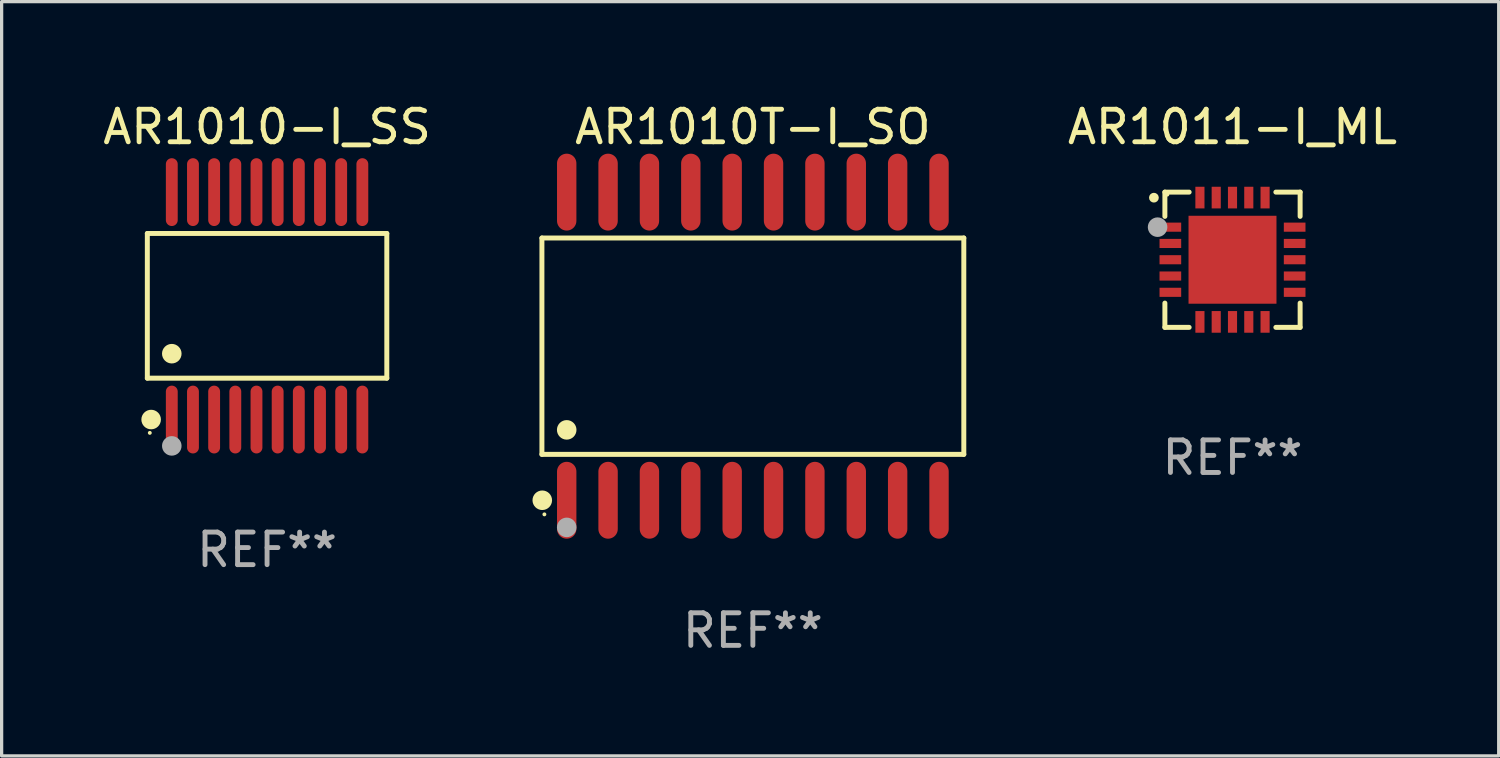
<source format=kicad_pcb>
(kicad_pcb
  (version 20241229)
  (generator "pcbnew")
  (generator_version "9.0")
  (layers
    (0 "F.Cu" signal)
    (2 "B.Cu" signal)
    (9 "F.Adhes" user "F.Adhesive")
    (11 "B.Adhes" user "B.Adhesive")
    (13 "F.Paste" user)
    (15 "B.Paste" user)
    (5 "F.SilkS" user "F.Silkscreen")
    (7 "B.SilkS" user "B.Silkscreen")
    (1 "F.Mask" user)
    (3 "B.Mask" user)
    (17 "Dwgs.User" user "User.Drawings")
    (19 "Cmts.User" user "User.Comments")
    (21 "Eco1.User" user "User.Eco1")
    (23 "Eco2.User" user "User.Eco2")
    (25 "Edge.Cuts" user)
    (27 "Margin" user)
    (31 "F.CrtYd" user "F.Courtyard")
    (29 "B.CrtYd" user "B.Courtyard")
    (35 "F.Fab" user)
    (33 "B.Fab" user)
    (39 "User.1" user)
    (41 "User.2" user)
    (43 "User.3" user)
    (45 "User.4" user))
  (footprint "AR1010-I_SS"
    (layer "F.Cu")
    (at 5.149 6.339)
    (property "Reference" "AR1010-I_SS" (at 0 -5.491 0) (layer "F.SilkS") (effects (font (size 1 1) (thickness 0.15))))
    (attr through_hole)
    (fp_line (start -3.676 -2.221) (end 3.676 -2.221) (stroke (width 0.152) (type solid)) (layer "F.SilkS"))
    (fp_line (start -3.676 2.221) (end -3.676 -2.221) (stroke (width 0.152) (type solid)) (layer "F.SilkS"))
    (fp_line (start 3.676 -2.221) (end 3.676 2.221) (stroke (width 0.152) (type solid)) (layer "F.SilkS"))
    (fp_line (start 3.676 2.221) (end -3.676 2.221) (stroke (width 0.152) (type solid)) (layer "F.SilkS"))
    (fp_circle (center -3.6 3.9) (end -3.57 3.9) (stroke (width 0.06) (type solid)) (fill no) (layer "F.SilkS"))
    (fp_circle (center -3.559 3.491) (end -3.409 3.491) (stroke (width 0.3) (type solid)) (fill no) (layer "F.SilkS"))
    (fp_circle (center -2.925 1.469) (end -2.775 1.469) (stroke (width 0.3) (type solid)) (fill no) (layer "F.SilkS"))
    (fp_circle (center -2.925 4.3) (end -2.775 4.3) (stroke (width 0.3) (type solid)) (fill no) (layer "F.Fab"))
    (fp_text user "REF**" (at 0 7.491 0) (layer "F.Fab") (effects (font (size 1 1) (thickness 0.15))))
    (pad "1" smd oval (at -2.925 3.491) (size 0.364 2.082) (layers "F.Cu" "F.Mask" "F.Paste"))
    (pad "2" smd oval (at -2.275 3.491) (size 0.364 2.082) (layers "F.Cu" "F.Mask" "F.Paste"))
    (pad "3" smd oval (at -1.625 3.491) (size 0.364 2.082) (layers "F.Cu" "F.Mask" "F.Paste"))
    (pad "4" smd oval (at -0.975 3.491) (size 0.364 2.082) (layers "F.Cu" "F.Mask" "F.Paste"))
    (pad "5" smd oval (at -0.325 3.491) (size 0.364 2.082) (layers "F.Cu" "F.Mask" "F.Paste"))
    (pad "6" smd oval (at 0.325 3.491) (size 0.364 2.082) (layers "F.Cu" "F.Mask" "F.Paste"))
    (pad "7" smd oval (at 0.975 3.491) (size 0.364 2.082) (layers "F.Cu" "F.Mask" "F.Paste"))
    (pad "8" smd oval (at 1.625 3.491) (size 0.364 2.082) (layers "F.Cu" "F.Mask" "F.Paste"))
    (pad "9" smd oval (at 2.275 3.491) (size 0.364 2.082) (layers "F.Cu" "F.Mask" "F.Paste"))
    (pad "10" smd oval (at 2.925 3.491) (size 0.364 2.082) (layers "F.Cu" "F.Mask" "F.Paste"))
    (pad "11" smd oval (at 2.925 -3.491) (size 0.364 2.082) (layers "F.Cu" "F.Mask" "F.Paste"))
    (pad "12" smd oval (at 2.275 -3.491) (size 0.364 2.082) (layers "F.Cu" "F.Mask" "F.Paste"))
    (pad "13" smd oval (at 1.625 -3.491) (size 0.364 2.082) (layers "F.Cu" "F.Mask" "F.Paste"))
    (pad "14" smd oval (at 0.975 -3.491) (size 0.364 2.082) (layers "F.Cu" "F.Mask" "F.Paste"))
    (pad "15" smd oval (at 0.325 -3.491) (size 0.364 2.082) (layers "F.Cu" "F.Mask" "F.Paste"))
    (pad "16" smd oval (at -0.325 -3.491) (size 0.364 2.082) (layers "F.Cu" "F.Mask" "F.Paste"))
    (pad "17" smd oval (at -0.975 -3.491) (size 0.364 2.082) (layers "F.Cu" "F.Mask" "F.Paste"))
    (pad "18" smd oval (at -1.625 -3.491) (size 0.364 2.082) (layers "F.Cu" "F.Mask" "F.Paste"))
    (pad "19" smd oval (at -2.275 -3.491) (size 0.364 2.082) (layers "F.Cu" "F.Mask" "F.Paste"))
    (pad "20" smd oval (at -2.925 -3.491) (size 0.364 2.082) (layers "F.Cu" "F.Mask" "F.Paste")))
  (footprint "AR1010T-I_SO"
    (layer "F.Cu")
    (at 20.063 7.578)
    (property "Reference" "AR1010T-I_SO" (at 0 -6.73 0) (layer "F.SilkS") (effects (font (size 1 1) (thickness 0.15))))
    (attr through_hole)
    (fp_line (start -6.476 -3.321) (end 6.476 -3.321) (stroke (width 0.152) (type solid)) (layer "F.SilkS"))
    (fp_line (start -6.476 3.321) (end -6.476 -3.321) (stroke (width 0.152) (type solid)) (layer "F.SilkS"))
    (fp_line (start 6.476 -3.321) (end 6.476 3.321) (stroke (width 0.152) (type solid)) (layer "F.SilkS"))
    (fp_line (start 6.476 3.321) (end -6.476 3.321) (stroke (width 0.152) (type solid)) (layer "F.SilkS"))
    (fp_circle (center -6.465 4.73) (end -6.315 4.73) (stroke (width 0.3) (type solid)) (fill no) (layer "F.SilkS"))
    (fp_circle (center -6.4 5.163) (end -6.37 5.163) (stroke (width 0.06) (type solid)) (fill no) (layer "F.SilkS"))
    (fp_circle (center -5.715 2.569) (end -5.565 2.569) (stroke (width 0.3) (type solid)) (fill no) (layer "F.SilkS"))
    (fp_circle (center -5.715 5.563) (end -5.565 5.563) (stroke (width 0.3) (type solid)) (fill no) (layer "F.Fab"))
    (fp_text user "REF**" (at 0 8.73 0) (layer "F.Fab") (effects (font (size 1 1) (thickness 0.15))))
    (pad "1" smd oval (at -5.715 4.73) (size 0.595 2.36) (layers "F.Cu" "F.Mask" "F.Paste"))
    (pad "2" smd oval (at -4.445 4.73) (size 0.595 2.36) (layers "F.Cu" "F.Mask" "F.Paste"))
    (pad "3" smd oval (at -3.175 4.73) (size 0.595 2.36) (layers "F.Cu" "F.Mask" "F.Paste"))
    (pad "4" smd oval (at -1.905 4.73) (size 0.595 2.36) (layers "F.Cu" "F.Mask" "F.Paste"))
    (pad "5" smd oval (at -0.635 4.73) (size 0.595 2.36) (layers "F.Cu" "F.Mask" "F.Paste"))
    (pad "6" smd oval (at 0.635 4.73) (size 0.595 2.36) (layers "F.Cu" "F.Mask" "F.Paste"))
    (pad "7" smd oval (at 1.905 4.73) (size 0.595 2.36) (layers "F.Cu" "F.Mask" "F.Paste"))
    (pad "8" smd oval (at 3.175 4.73) (size 0.595 2.36) (layers "F.Cu" "F.Mask" "F.Paste"))
    (pad "9" smd oval (at 4.445 4.73) (size 0.595 2.36) (layers "F.Cu" "F.Mask" "F.Paste"))
    (pad "10" smd oval (at 5.715 4.73) (size 0.595 2.36) (layers "F.Cu" "F.Mask" "F.Paste"))
    (pad "11" smd oval (at 5.715 -4.73) (size 0.595 2.36) (layers "F.Cu" "F.Mask" "F.Paste"))
    (pad "12" smd oval (at 4.445 -4.73) (size 0.595 2.36) (layers "F.Cu" "F.Mask" "F.Paste"))
    (pad "13" smd oval (at 3.175 -4.73) (size 0.595 2.36) (layers "F.Cu" "F.Mask" "F.Paste"))
    (pad "14" smd oval (at 1.905 -4.73) (size 0.595 2.36) (layers "F.Cu" "F.Mask" "F.Paste"))
    (pad "15" smd oval (at 0.635 -4.73) (size 0.595 2.36) (layers "F.Cu" "F.Mask" "F.Paste"))
    (pad "16" smd oval (at -0.635 -4.73) (size 0.595 2.36) (layers "F.Cu" "F.Mask" "F.Paste"))
    (pad "17" smd oval (at -1.905 -4.73) (size 0.595 2.36) (layers "F.Cu" "F.Mask" "F.Paste"))
    (pad "18" smd oval (at -3.175 -4.73) (size 0.595 2.36) (layers "F.Cu" "F.Mask" "F.Paste"))
    (pad "19" smd oval (at -4.445 -4.73) (size 0.595 2.36) (layers "F.Cu" "F.Mask" "F.Paste"))
    (pad "20" smd oval (at -5.715 -4.73) (size 0.595 2.36) (layers "F.Cu" "F.Mask" "F.Paste")))
  (footprint "AR1011-I_ML"
    (layer "F.Cu")
    (at 34.788 4.924)
    (property "Reference" "AR1011-I_ML" (at 0 -4.076 0) (layer "F.SilkS") (effects (font (size 1 1) (thickness 0.15))))
    (attr through_hole)
    (fp_line (start -2.076 -2.076) (end -2.076 -1.331) (stroke (width 0.152) (type solid)) (layer "F.SilkS"))
    (fp_line (start -2.076 2.076) (end -2.076 1.331) (stroke (width 0.152) (type solid)) (layer "F.SilkS"))
    (fp_line (start -1.331 -2.076) (end -2.076 -2.076) (stroke (width 0.152) (type solid)) (layer "F.SilkS"))
    (fp_line (start -1.331 2.076) (end -2.076 2.076) (stroke (width 0.152) (type solid)) (layer "F.SilkS"))
    (fp_line (start 1.331 -2.076) (end 2.076 -2.076) (stroke (width 0.152) (type solid)) (layer "F.SilkS"))
    (fp_line (start 1.331 2.076) (end 2.076 2.076) (stroke (width 0.152) (type solid)) (layer "F.SilkS"))
    (fp_line (start 2.076 -2.076) (end 2.076 -1.331) (stroke (width 0.152) (type solid)) (layer "F.SilkS"))
    (fp_line (start 2.076 2.076) (end 2.076 1.331) (stroke (width 0.152) (type solid)) (layer "F.SilkS"))
    (fp_circle (center -2.413 -1.905) (end -2.338 -1.905) (stroke (width 0.15) (type solid)) (fill no) (layer "F.SilkS"))
    (fp_circle (center -2 -2) (end -1.97 -2) (stroke (width 0.06) (type solid)) (fill no) (layer "F.SilkS"))
    (fp_circle (center -2.3 -1) (end -2.15 -1) (stroke (width 0.3) (type solid)) (fill no) (layer "F.Fab"))
    (fp_text user "REF**" (at 0 6.076 0) (layer "F.Fab") (effects (font (size 1 1) (thickness 0.15))))
    (pad "1" smd rect (at -1.908 -1) (size 0.665 0.28) (layers "F.Cu" "F.Mask" "F.Paste"))
    (pad "2" smd rect (at -1.908 -0.5) (size 0.665 0.28) (layers "F.Cu" "F.Mask" "F.Paste"))
    (pad "3" smd rect (at -1.908 0) (size 0.665 0.28) (layers "F.Cu" "F.Mask" "F.Paste"))
    (pad "4" smd rect (at -1.908 0.5) (size 0.665 0.28) (layers "F.Cu" "F.Mask" "F.Paste"))
    (pad "5" smd rect (at -1.908 1) (size 0.665 0.28) (layers "F.Cu" "F.Mask" "F.Paste"))
    (pad "6" smd rect (at -1 1.908) (size 0.28 0.665) (layers "F.Cu" "F.Mask" "F.Paste"))
    (pad "7" smd rect (at -0.5 1.908) (size 0.28 0.665) (layers "F.Cu" "F.Mask" "F.Paste"))
    (pad "8" smd rect (at 0 1.908) (size 0.28 0.665) (layers "F.Cu" "F.Mask" "F.Paste"))
    (pad "9" smd rect (at 0.5 1.908) (size 0.28 0.665) (layers "F.Cu" "F.Mask" "F.Paste"))
    (pad "10" smd rect (at 1 1.908) (size 0.28 0.665) (layers "F.Cu" "F.Mask" "F.Paste"))
    (pad "11" smd rect (at 1.908 1) (size 0.665 0.28) (layers "F.Cu" "F.Mask" "F.Paste"))
    (pad "12" smd rect (at 1.908 0.5) (size 0.665 0.28) (layers "F.Cu" "F.Mask" "F.Paste"))
    (pad "13" smd rect (at 1.908 0) (size 0.665 0.28) (layers "F.Cu" "F.Mask" "F.Paste"))
    (pad "14" smd rect (at 1.908 -0.5) (size 0.665 0.28) (layers "F.Cu" "F.Mask" "F.Paste"))
    (pad "15" smd rect (at 1.908 -1) (size 0.665 0.28) (layers "F.Cu" "F.Mask" "F.Paste"))
    (pad "16" smd rect (at 1 -1.908) (size 0.28 0.665) (layers "F.Cu" "F.Mask" "F.Paste"))
    (pad "17" smd rect (at 0.5 -1.908) (size 0.28 0.665) (layers "F.Cu" "F.Mask" "F.Paste"))
    (pad "18" smd rect (at 0 -1.908) (size 0.28 0.665) (layers "F.Cu" "F.Mask" "F.Paste"))
    (pad "19" smd rect (at -0.5 -1.908) (size 0.28 0.665) (layers "F.Cu" "F.Mask" "F.Paste"))
    (pad "20" smd rect (at -1 -1.908) (size 0.28 0.665) (layers "F.Cu" "F.Mask" "F.Paste"))
    (pad "21" smd rect (at 0 0) (size 2.7 2.7) (layers "F.Cu" "F.Mask" "F.Paste")))
  (gr_rect
    (start -3 -3)
    (end 42.96 20.156)
    (stroke (width 0.1) (type default))
    (fill no)
    (layer "Edge.Cuts")))
</source>
